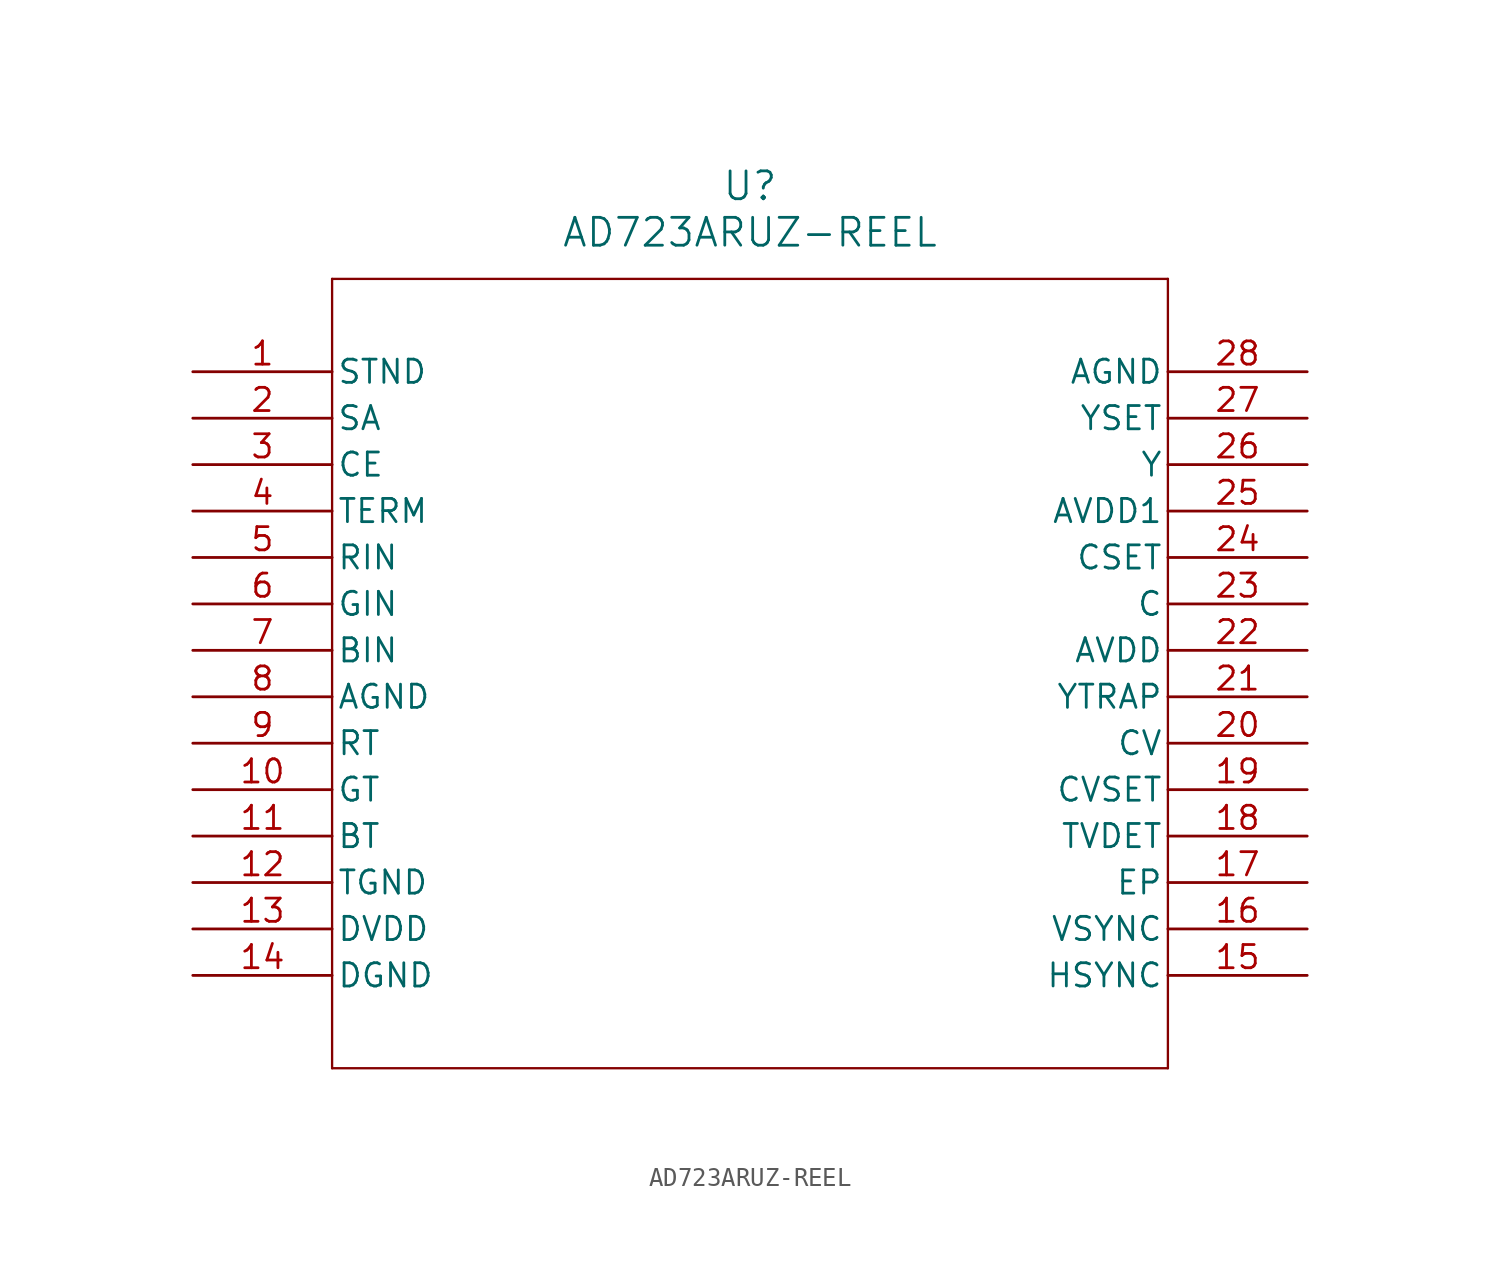
<source format=kicad_sym>
(kicad_symbol_lib
  (version 20211014)
  (generator kicad_symbol_editor)
  (symbol "AD723ARUZ-REEL"
    (pin_names
      (offset 0.254))
    (property "Reference" "U"
      (at 30.48 10.16 0)
      (effects (font (size 1.524 1.524))))
    (property "Value" "AD723ARUZ-REEL"
      (at 30.48 7.62 0)
      (effects (font (size 1.524 1.524))))
    (symbol "AD723ARUZ-REEL_0_1"
      (polyline (pts (xy 7.62 5.08) (xy 7.62 -38.1)) (stroke (width 0.127) (type default) (color 0 0 0 0)) (fill (type none)))
      (polyline (pts (xy 7.62 -38.1) (xy 53.34 -38.1)) (stroke (width 0.127) (type default) (color 0 0 0 0)) (fill (type none)))
      (polyline (pts (xy 53.34 -38.1) (xy 53.34 5.08)) (stroke (width 0.127) (type default) (color 0 0 0 0)) (fill (type none)))
      (polyline (pts (xy 53.34 5.08) (xy 7.62 5.08)) (stroke (width 0.127) (type default) (color 0 0 0 0)) (fill (type none)))
      (pin unspecified line (at 0 0 0) (length 7.62) (name "STND" (effects (font (size 1.27 1.27)))) (number "1" (effects (font (size 1.27 1.27)))))
      (pin unspecified line (at 0 -2.54 0) (length 7.62) (name "SA" (effects (font (size 1.27 1.27)))) (number "2" (effects (font (size 1.27 1.27)))))
      (pin unspecified line (at 0 -5.08 0) (length 7.62) (name "CE" (effects (font (size 1.27 1.27)))) (number "3" (effects (font (size 1.27 1.27)))))
      (pin unspecified line (at 0 -7.62 0) (length 7.62) (name "TERM" (effects (font (size 1.27 1.27)))) (number "4" (effects (font (size 1.27 1.27)))))
      (pin unspecified line (at 0 -10.16 0) (length 7.62) (name "RIN" (effects (font (size 1.27 1.27)))) (number "5" (effects (font (size 1.27 1.27)))))
      (pin unspecified line (at 0 -12.7 0) (length 7.62) (name "GIN" (effects (font (size 1.27 1.27)))) (number "6" (effects (font (size 1.27 1.27)))))
      (pin unspecified line (at 0 -15.24 0) (length 7.62) (name "BIN" (effects (font (size 1.27 1.27)))) (number "7" (effects (font (size 1.27 1.27)))))
      (pin unspecified line (at 0 -17.78 0) (length 7.62) (name "AGND" (effects (font (size 1.27 1.27)))) (number "8" (effects (font (size 1.27 1.27)))))
      (pin unspecified line (at 0 -20.32 0) (length 7.62) (name "RT" (effects (font (size 1.27 1.27)))) (number "9" (effects (font (size 1.27 1.27)))))
      (pin unspecified line (at 0 -22.86 0) (length 7.62) (name "GT" (effects (font (size 1.27 1.27)))) (number "10" (effects (font (size 1.27 1.27)))))
      (pin unspecified line (at 0 -25.4 0) (length 7.62) (name "BT" (effects (font (size 1.27 1.27)))) (number "11" (effects (font (size 1.27 1.27)))))
      (pin unspecified line (at 0 -27.94 0) (length 7.62) (name "TGND" (effects (font (size 1.27 1.27)))) (number "12" (effects (font (size 1.27 1.27)))))
      (pin power_in line (at 0 -30.48 0) (length 7.62) (name "DVDD" (effects (font (size 1.27 1.27)))) (number "13" (effects (font (size 1.27 1.27)))))
      (pin unspecified line (at 0 -33.02 0) (length 7.62) (name "DGND" (effects (font (size 1.27 1.27)))) (number "14" (effects (font (size 1.27 1.27)))))
      (pin unspecified line (at 60.96 -33.02 180) (length 7.62) (name "HSYNC" (effects (font (size 1.27 1.27)))) (number "15" (effects (font (size 1.27 1.27)))))
      (pin unspecified line (at 60.96 -30.48 180) (length 7.62) (name "VSYNC" (effects (font (size 1.27 1.27)))) (number "16" (effects (font (size 1.27 1.27)))))
      (pin unspecified line (at 60.96 -27.94 180) (length 7.62) (name "EP" (effects (font (size 1.27 1.27)))) (number "17" (effects (font (size 1.27 1.27)))))
      (pin unspecified line (at 60.96 -25.4 180) (length 7.62) (name "TVDET" (effects (font (size 1.27 1.27)))) (number "18" (effects (font (size 1.27 1.27)))))
      (pin unspecified line (at 60.96 -22.86 180) (length 7.62) (name "CVSET" (effects (font (size 1.27 1.27)))) (number "19" (effects (font (size 1.27 1.27)))))
      (pin unspecified line (at 60.96 -20.32 180) (length 7.62) (name "CV" (effects (font (size 1.27 1.27)))) (number "20" (effects (font (size 1.27 1.27)))))
      (pin unspecified line (at 60.96 -17.78 180) (length 7.62) (name "YTRAP" (effects (font (size 1.27 1.27)))) (number "21" (effects (font (size 1.27 1.27)))))
      (pin power_in line (at 60.96 -15.24 180) (length 7.62) (name "AVDD" (effects (font (size 1.27 1.27)))) (number "22" (effects (font (size 1.27 1.27)))))
      (pin unspecified line (at 60.96 -12.7 180) (length 7.62) (name "C" (effects (font (size 1.27 1.27)))) (number "23" (effects (font (size 1.27 1.27)))))
      (pin unspecified line (at 60.96 -10.16 180) (length 7.62) (name "CSET" (effects (font (size 1.27 1.27)))) (number "24" (effects (font (size 1.27 1.27)))))
      (pin power_in line (at 60.96 -7.62 180) (length 7.62) (name "AVDD1" (effects (font (size 1.27 1.27)))) (number "25" (effects (font (size 1.27 1.27)))))
      (pin unspecified line (at 60.96 -5.08 180) (length 7.62) (name "Y" (effects (font (size 1.27 1.27)))) (number "26" (effects (font (size 1.27 1.27)))))
      (pin unspecified line (at 60.96 -2.54 180) (length 7.62) (name "YSET" (effects (font (size 1.27 1.27)))) (number "27" (effects (font (size 1.27 1.27)))))
      (pin unspecified line (at 60.96 0 180) (length 7.62) (name "AGND" (effects (font (size 1.27 1.27)))) (number "28" (effects (font (size 1.27 1.27))))))))
</source>
